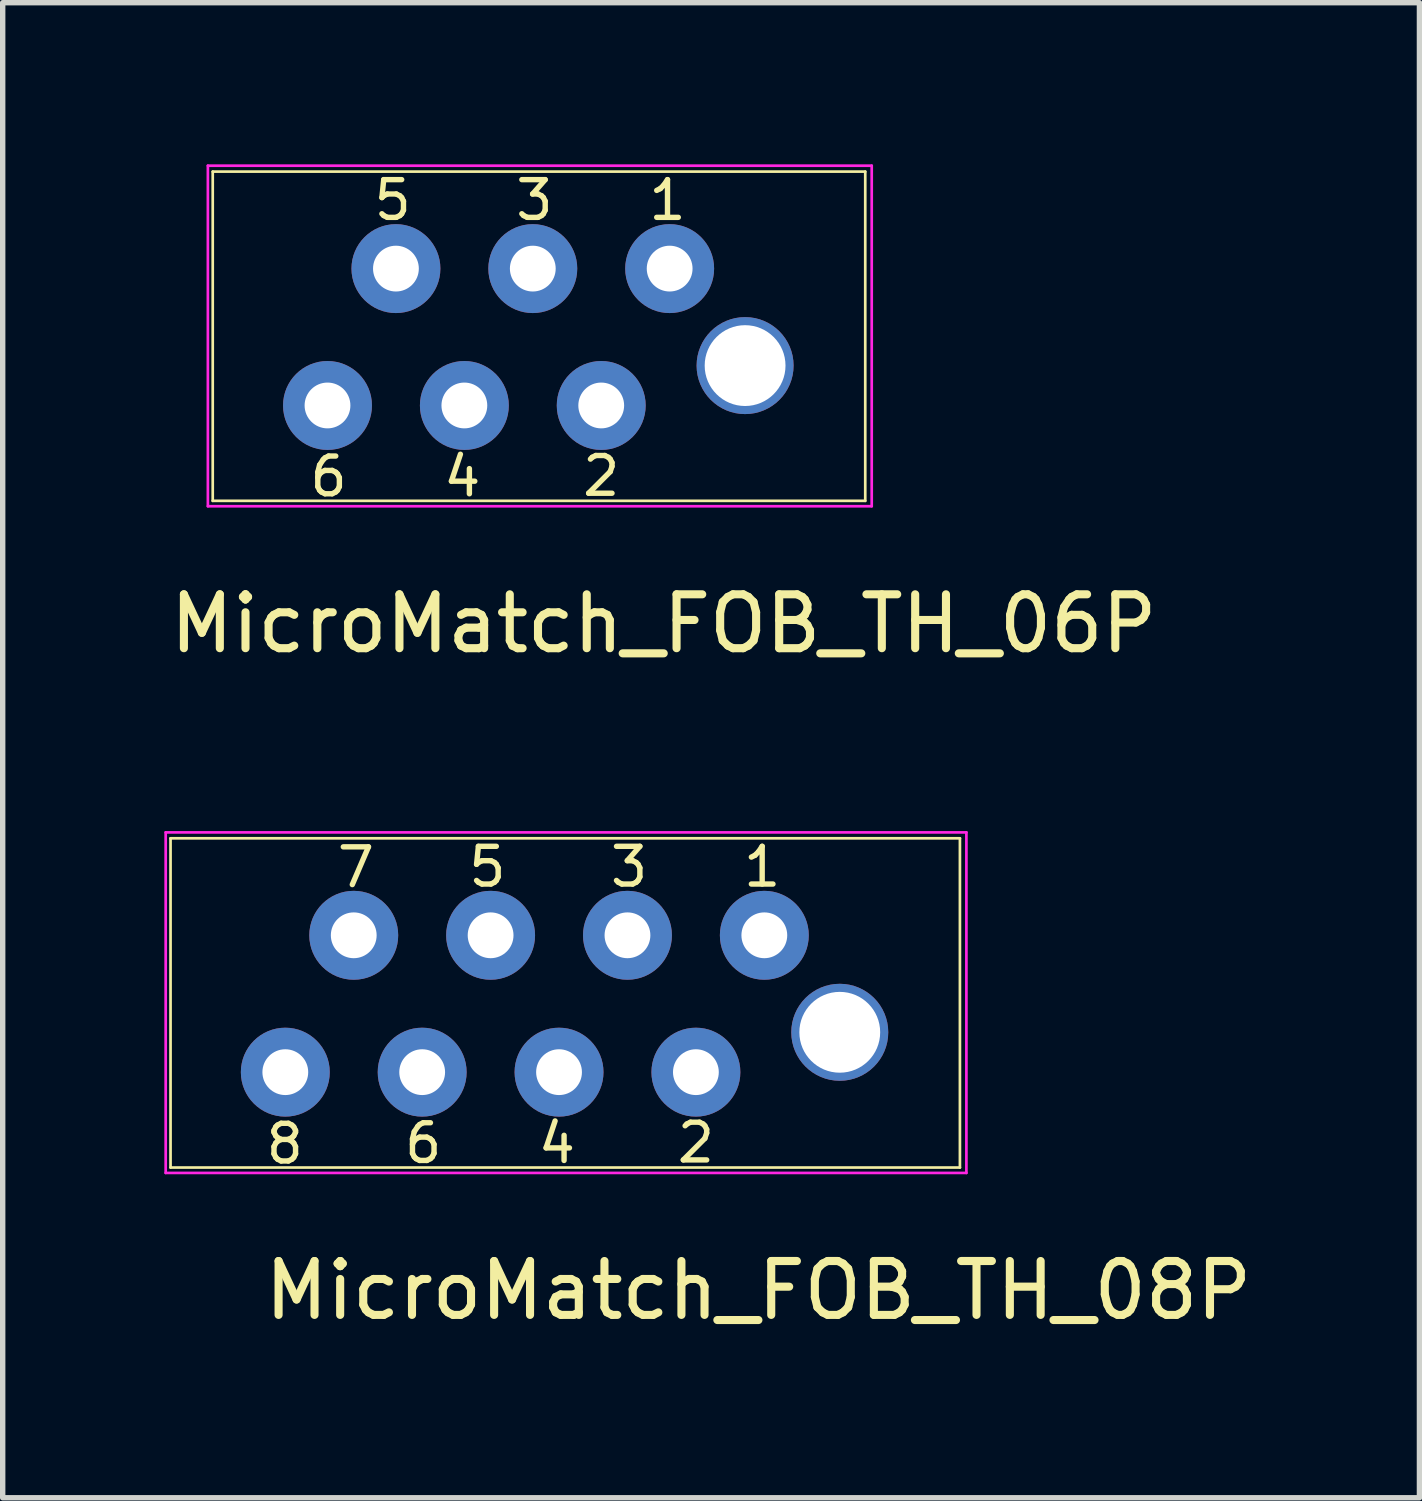
<source format=kicad_pcb>
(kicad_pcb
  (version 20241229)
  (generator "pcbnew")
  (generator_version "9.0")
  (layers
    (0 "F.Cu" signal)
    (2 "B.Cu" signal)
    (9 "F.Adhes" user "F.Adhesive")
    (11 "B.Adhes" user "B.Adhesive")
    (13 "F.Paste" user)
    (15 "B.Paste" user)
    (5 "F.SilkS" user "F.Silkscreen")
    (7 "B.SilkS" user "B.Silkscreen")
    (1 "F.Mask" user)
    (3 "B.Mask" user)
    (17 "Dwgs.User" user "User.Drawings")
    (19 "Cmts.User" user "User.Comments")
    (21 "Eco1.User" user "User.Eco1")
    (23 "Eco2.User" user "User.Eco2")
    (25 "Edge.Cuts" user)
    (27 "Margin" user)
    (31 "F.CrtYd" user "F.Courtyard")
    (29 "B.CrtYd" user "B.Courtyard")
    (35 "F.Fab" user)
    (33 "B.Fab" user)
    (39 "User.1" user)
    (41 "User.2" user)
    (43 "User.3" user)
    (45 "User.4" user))
  (footprint "MicroMatch_FOB_TH_08P"
    (layer "F.Cu")
    (at 11.025 20.398)
    (property "Reference" "MicroMatch_FOB_TH_08P" (at 0 0.5 0) (layer "F.SilkS") (effects (font (size 1 1) (thickness 0.15))))
    (attr through_hole)
    (fp_line (start -10.91 -7.89) (end 3.74 -7.89) (stroke (width 0.05) (type solid)) (layer "F.SilkS"))
    (fp_line (start -10.91 -1.78) (end -10.91 -7.89) (stroke (width 0.05) (type solid)) (layer "F.SilkS"))
    (fp_line (start 3.74 -7.89) (end 3.74 -1.78) (stroke (width 0.05) (type solid)) (layer "F.SilkS"))
    (fp_line (start 3.74 -1.78) (end -10.91 -1.78) (stroke (width 0.05) (type solid)) (layer "F.SilkS"))
    (fp_line (start -11 -8) (end 3.86 -8) (stroke (width 0.05) (type solid)) (layer "F.CrtYd"))
    (fp_line (start -11 -1.68) (end -11 -8) (stroke (width 0.05) (type solid)) (layer "F.CrtYd"))
    (fp_line (start 3.86 -8) (end 3.86 -1.68) (stroke (width 0.05) (type solid)) (layer "F.CrtYd"))
    (fp_line (start 3.86 -1.68) (end -11 -1.68) (stroke (width 0.05) (type solid)) (layer "F.CrtYd"))
    (fp_text user "5" (at -5.03 -7.36 0) (layer "F.SilkS") (effects (font (size 0.7 0.7) (thickness 0.1))))
    (fp_text user "6" (at -6.22 -2.23 0) (layer "F.SilkS") (effects (font (size 0.7 0.7) (thickness 0.1))))
    (fp_text user "8" (at -8.79 -2.22 0) (layer "F.SilkS") (effects (font (size 0.7 0.7) (thickness 0.1))))
    (fp_text user "1" (at 0.07 -7.36 0) (layer "F.SilkS") (effects (font (size 0.7 0.7) (thickness 0.1))))
    (fp_text user "4" (at -3.74 -2.23 0) (layer "F.SilkS") (effects (font (size 0.7 0.7) (thickness 0.1))))
    (fp_text user "7" (at -7.47 -7.35 0) (layer "F.SilkS") (effects (font (size 0.7 0.7) (thickness 0.1))))
    (fp_text user "3" (at -2.4 -7.36 0) (layer "F.SilkS") (effects (font (size 0.7 0.7) (thickness 0.1))))
    (fp_text user "2" (at -1.16 -2.24 0) (layer "F.SilkS") (effects (font (size 0.7 0.7) (thickness 0.1))))
    (pad "" np_thru_hole circle (at 1.51 -4.29) (size 1.8 1.8) (drill 1.5) (layers "*.Cu" "*.Mask"))
    (pad "1" thru_hole circle (at 0.11 -6.09) (size 1.65 1.65) (drill 0.85) (layers "*.Cu" "*.Mask"))
    (pad "2" thru_hole circle (at -1.16 -3.55) (size 1.65 1.65) (drill 0.85) (layers "*.Cu" "*.Mask"))
    (pad "3" thru_hole circle (at -2.43 -6.09) (size 1.65 1.65) (drill 0.85) (layers "*.Cu" "*.Mask"))
    (pad "4" thru_hole circle (at -3.7 -3.55) (size 1.65 1.65) (drill 0.85) (layers "*.Cu" "*.Mask"))
    (pad "5" thru_hole circle (at -4.97 -6.09) (size 1.65 1.65) (drill 0.85) (layers "*.Cu" "*.Mask"))
    (pad "6" thru_hole circle (at -6.24 -3.55) (size 1.65 1.65) (drill 0.85) (layers "*.Cu" "*.Mask"))
    (pad "7" thru_hole circle (at -7.51 -6.09) (size 1.65 1.65) (drill 0.85) (layers "*.Cu" "*.Mask"))
    (pad "8" thru_hole circle (at -8.78 -3.55) (size 1.65 1.65) (drill 0.85) (layers "*.Cu" "*.Mask")))
  (footprint "MicroMatch_FOB_TH_06P"
    (layer "F.Cu")
    (at 9.268 8.025)
    (property "Reference" "MicroMatch_FOB_TH_06P" (at 0 0.5 0) (layer "F.SilkS") (effects (font (size 1 1) (thickness 0.15))))
    (attr through_hole)
    (fp_line (start -8.37 -7.89) (end 3.74 -7.89) (stroke (width 0.05) (type solid)) (layer "F.SilkS"))
    (fp_line (start -8.37 -1.78) (end -8.37 -7.89) (stroke (width 0.05) (type solid)) (layer "F.SilkS"))
    (fp_line (start 3.74 -7.89) (end 3.74 -1.78) (stroke (width 0.05) (type solid)) (layer "F.SilkS"))
    (fp_line (start 3.74 -1.78) (end -8.37 -1.78) (stroke (width 0.05) (type solid)) (layer "F.SilkS"))
    (fp_line (start -8.46 -8) (end 3.86 -8) (stroke (width 0.05) (type solid)) (layer "F.CrtYd"))
    (fp_line (start -8.46 -1.68) (end -8.46 -8) (stroke (width 0.05) (type solid)) (layer "F.CrtYd"))
    (fp_line (start 3.86 -8) (end 3.86 -1.68) (stroke (width 0.05) (type solid)) (layer "F.CrtYd"))
    (fp_line (start 3.86 -1.68) (end -8.46 -1.68) (stroke (width 0.05) (type solid)) (layer "F.CrtYd"))
    (fp_text user "4" (at -3.74 -2.23 0) (layer "F.SilkS") (effects (font (size 0.7 0.7) (thickness 0.1))))
    (fp_text user "5" (at -5.03 -7.36 0) (layer "F.SilkS") (effects (font (size 0.7 0.7) (thickness 0.1))))
    (fp_text user "2" (at -1.16 -2.24 0) (layer "F.SilkS") (effects (font (size 0.7 0.7) (thickness 0.1))))
    (fp_text user "3" (at -2.4 -7.36 0) (layer "F.SilkS") (effects (font (size 0.7 0.7) (thickness 0.1))))
    (fp_text user "1" (at 0.07 -7.36 0) (layer "F.SilkS") (effects (font (size 0.7 0.7) (thickness 0.1))))
    (fp_text user "6" (at -6.22 -2.23 0) (layer "F.SilkS") (effects (font (size 0.7 0.7) (thickness 0.1))))
    (pad "" np_thru_hole circle (at 1.51 -4.29) (size 1.8 1.8) (drill 1.5) (layers "*.Cu" "*.Mask"))
    (pad "1" thru_hole circle (at 0.11 -6.09) (size 1.65 1.65) (drill 0.85) (layers "*.Cu" "*.Mask"))
    (pad "2" thru_hole circle (at -1.16 -3.55) (size 1.65 1.65) (drill 0.85) (layers "*.Cu" "*.Mask"))
    (pad "3" thru_hole circle (at -2.43 -6.09) (size 1.65 1.65) (drill 0.85) (layers "*.Cu" "*.Mask"))
    (pad "4" thru_hole circle (at -3.7 -3.55) (size 1.65 1.65) (drill 0.85) (layers "*.Cu" "*.Mask"))
    (pad "5" thru_hole circle (at -4.97 -6.09) (size 1.65 1.65) (drill 0.85) (layers "*.Cu" "*.Mask"))
    (pad "6" thru_hole circle (at -6.24 -3.55) (size 1.65 1.65) (drill 0.85) (layers "*.Cu" "*.Mask")))
  (gr_rect
    (start -3 -3)
    (end 23.293 24.747)
    (stroke (width 0.1) (type default))
    (fill no)
    (layer "Edge.Cuts")))
</source>
